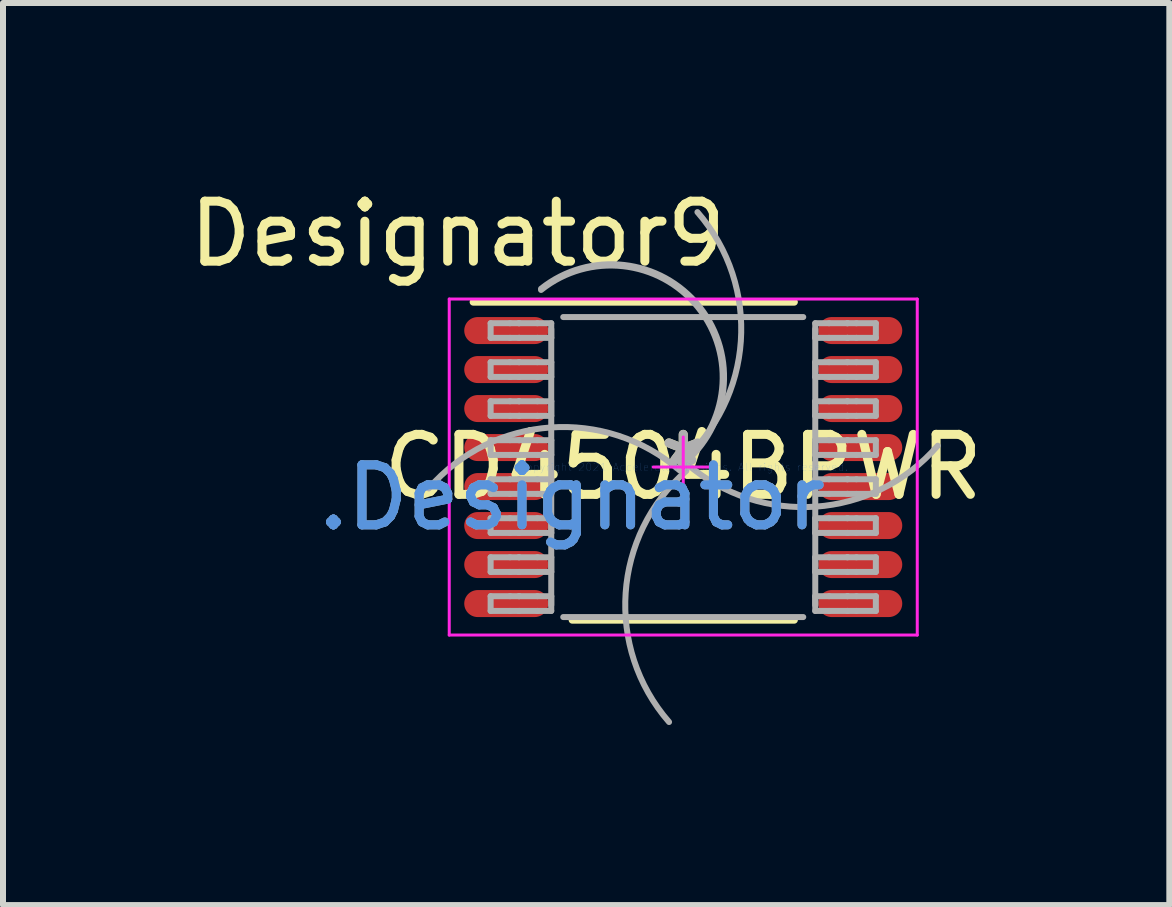
<source format=kicad_pcb>
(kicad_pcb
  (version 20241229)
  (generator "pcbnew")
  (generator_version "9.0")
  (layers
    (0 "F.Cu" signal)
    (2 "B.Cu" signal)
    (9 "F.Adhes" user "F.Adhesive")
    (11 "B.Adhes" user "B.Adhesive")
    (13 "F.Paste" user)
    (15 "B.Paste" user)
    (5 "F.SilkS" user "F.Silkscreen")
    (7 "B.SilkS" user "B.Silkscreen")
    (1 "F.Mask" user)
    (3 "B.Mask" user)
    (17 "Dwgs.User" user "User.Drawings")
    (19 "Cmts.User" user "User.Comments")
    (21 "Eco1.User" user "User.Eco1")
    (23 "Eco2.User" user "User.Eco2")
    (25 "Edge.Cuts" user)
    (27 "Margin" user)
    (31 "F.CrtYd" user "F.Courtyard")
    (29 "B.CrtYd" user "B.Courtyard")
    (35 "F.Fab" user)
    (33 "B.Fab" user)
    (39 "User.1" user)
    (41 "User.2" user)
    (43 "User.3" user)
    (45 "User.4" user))
  (footprint "CD4504BPWR"
    (layer "F.Cu")
    (at 8.337 4.734)
    (property "Reference" "CD4504BPWR" (at 0 0 0) (layer "F.SilkS") (effects (font (size 1 1) (thickness 0.15))))
    (attr through_hole)
    (fp_line (start -3.5 -2.75) (end 1.85 -2.75) (stroke (width 0.12) (type solid)) (layer "F.SilkS"))
    (fp_line (start -1.85 2.55) (end 1.85 2.55) (stroke (width 0.12) (type solid)) (layer "F.SilkS"))
    (fp_line (start -3.9 -2.8) (end 3.9 -2.8) (stroke (width 0.05) (type solid)) (layer "F.CrtYd"))
    (fp_line (start -3.9 2.8) (end -3.9 -2.8) (stroke (width 0.05) (type solid)) (layer "F.CrtYd"))
    (fp_line (start -3.9 2.8) (end 3.9 2.8) (stroke (width 0.05) (type solid)) (layer "F.CrtYd"))
    (fp_line (start -0.5 0) (end 0.5 0) (stroke (width 0.05) (type solid)) (layer "F.CrtYd"))
    (fp_line (start 0 0.5) (end 0 -0.5) (stroke (width 0.05) (type solid)) (layer "F.CrtYd"))
    (fp_line (start 3.9 2.8) (end 3.9 -2.8) (stroke (width 0.05) (type solid)) (layer "F.CrtYd"))
    (fp_line (start -3.21 -2.397) (end -2.887 -2.397) (stroke (width 0.1) (type solid)) (layer "F.Fab"))
    (fp_line (start -3.21 -2.153) (end -3.21 -2.397) (stroke (width 0.1) (type solid)) (layer "F.Fab"))
    (fp_line (start -3.21 -2.153) (end -2.887 -2.153) (stroke (width 0.1) (type solid)) (layer "F.Fab"))
    (fp_line (start -3.21 -1.748) (end -2.887 -1.748) (stroke (width 0.1) (type solid)) (layer "F.Fab"))
    (fp_line (start -3.21 -1.502) (end -3.21 -1.748) (stroke (width 0.1) (type solid)) (layer "F.Fab"))
    (fp_line (start -3.21 -1.502) (end -2.887 -1.502) (stroke (width 0.1) (type solid)) (layer "F.Fab"))
    (fp_line (start -3.21 -1.097) (end -2.887 -1.097) (stroke (width 0.1) (type solid)) (layer "F.Fab"))
    (fp_line (start -3.21 -0.853) (end -3.21 -1.097) (stroke (width 0.1) (type solid)) (layer "F.Fab"))
    (fp_line (start -3.21 -0.853) (end -2.887 -0.853) (stroke (width 0.1) (type solid)) (layer "F.Fab"))
    (fp_line (start -3.21 -0.448) (end -2.887 -0.448) (stroke (width 0.1) (type solid)) (layer "F.Fab"))
    (fp_line (start -3.21 -0.202) (end -3.21 -0.448) (stroke (width 0.1) (type solid)) (layer "F.Fab"))
    (fp_line (start -3.21 -0.202) (end -2.887 -0.202) (stroke (width 0.1) (type solid)) (layer "F.Fab"))
    (fp_line (start -3.21 0.203) (end -2.887 0.203) (stroke (width 0.1) (type solid)) (layer "F.Fab"))
    (fp_line (start -3.21 0.447) (end -3.21 0.203) (stroke (width 0.1) (type solid)) (layer "F.Fab"))
    (fp_line (start -3.21 0.447) (end -2.887 0.447) (stroke (width 0.1) (type solid)) (layer "F.Fab"))
    (fp_line (start -3.21 0.852) (end -2.887 0.852) (stroke (width 0.1) (type solid)) (layer "F.Fab"))
    (fp_line (start -3.21 1.098) (end -3.21 0.852) (stroke (width 0.1) (type solid)) (layer "F.Fab"))
    (fp_line (start -3.21 1.098) (end -2.887 1.098) (stroke (width 0.1) (type solid)) (layer "F.Fab"))
    (fp_line (start -3.21 1.503) (end -2.887 1.503) (stroke (width 0.1) (type solid)) (layer "F.Fab"))
    (fp_line (start -3.21 1.748) (end -3.21 1.503) (stroke (width 0.1) (type solid)) (layer "F.Fab"))
    (fp_line (start -3.21 1.748) (end -2.887 1.748) (stroke (width 0.1) (type solid)) (layer "F.Fab"))
    (fp_line (start -3.21 2.152) (end -2.887 2.152) (stroke (width 0.1) (type solid)) (layer "F.Fab"))
    (fp_line (start -3.21 2.398) (end -3.21 2.152) (stroke (width 0.1) (type solid)) (layer "F.Fab"))
    (fp_line (start -3.21 2.398) (end -2.887 2.398) (stroke (width 0.1) (type solid)) (layer "F.Fab"))
    (fp_line (start -2.887 -2.397) (end -2.739 -2.397) (stroke (width 0.1) (type solid)) (layer "F.Fab"))
    (fp_line (start -2.887 -2.153) (end -2.739 -2.153) (stroke (width 0.1) (type solid)) (layer "F.Fab"))
    (fp_line (start -2.887 -1.748) (end -2.739 -1.748) (stroke (width 0.1) (type solid)) (layer "F.Fab"))
    (fp_line (start -2.887 -1.502) (end -2.739 -1.502) (stroke (width 0.1) (type solid)) (layer "F.Fab"))
    (fp_line (start -2.887 -1.097) (end -2.739 -1.097) (stroke (width 0.1) (type solid)) (layer "F.Fab"))
    (fp_line (start -2.887 -0.853) (end -2.739 -0.853) (stroke (width 0.1) (type solid)) (layer "F.Fab"))
    (fp_line (start -2.887 -0.448) (end -2.739 -0.448) (stroke (width 0.1) (type solid)) (layer "F.Fab"))
    (fp_line (start -2.887 -0.202) (end -2.739 -0.202) (stroke (width 0.1) (type solid)) (layer "F.Fab"))
    (fp_line (start -2.887 0.203) (end -2.739 0.203) (stroke (width 0.1) (type solid)) (layer "F.Fab"))
    (fp_line (start -2.887 0.447) (end -2.739 0.447) (stroke (width 0.1) (type solid)) (layer "F.Fab"))
    (fp_line (start -2.887 0.852) (end -2.739 0.852) (stroke (width 0.1) (type solid)) (layer "F.Fab"))
    (fp_line (start -2.887 1.098) (end -2.739 1.098) (stroke (width 0.1) (type solid)) (layer "F.Fab"))
    (fp_line (start -2.887 1.503) (end -2.739 1.503) (stroke (width 0.1) (type solid)) (layer "F.Fab"))
    (fp_line (start -2.887 1.748) (end -2.739 1.748) (stroke (width 0.1) (type solid)) (layer "F.Fab"))
    (fp_line (start -2.887 2.152) (end -2.739 2.152) (stroke (width 0.1) (type solid)) (layer "F.Fab"))
    (fp_line (start -2.887 2.398) (end -2.739 2.398) (stroke (width 0.1) (type solid)) (layer "F.Fab"))
    (fp_line (start -2.739 -2.397) (end -2.733 -2.397) (stroke (width 0.1) (type solid)) (layer "F.Fab"))
    (fp_line (start -2.739 -2.153) (end -2.733 -2.153) (stroke (width 0.1) (type solid)) (layer "F.Fab"))
    (fp_line (start -2.739 -1.748) (end -2.733 -1.748) (stroke (width 0.1) (type solid)) (layer "F.Fab"))
    (fp_line (start -2.739 -1.502) (end -2.733 -1.502) (stroke (width 0.1) (type solid)) (layer "F.Fab"))
    (fp_line (start -2.739 -1.097) (end -2.733 -1.097) (stroke (width 0.1) (type solid)) (layer "F.Fab"))
    (fp_line (start -2.739 -0.853) (end -2.733 -0.853) (stroke (width 0.1) (type solid)) (layer "F.Fab"))
    (fp_line (start -2.739 -0.448) (end -2.733 -0.448) (stroke (width 0.1) (type solid)) (layer "F.Fab"))
    (fp_line (start -2.739 -0.202) (end -2.733 -0.202) (stroke (width 0.1) (type solid)) (layer "F.Fab"))
    (fp_line (start -2.739 0.203) (end -2.733 0.203) (stroke (width 0.1) (type solid)) (layer "F.Fab"))
    (fp_line (start -2.739 0.447) (end -2.733 0.447) (stroke (width 0.1) (type solid)) (layer "F.Fab"))
    (fp_line (start -2.739 0.852) (end -2.733 0.852) (stroke (width 0.1) (type solid)) (layer "F.Fab"))
    (fp_line (start -2.739 1.098) (end -2.733 1.098) (stroke (width 0.1) (type solid)) (layer "F.Fab"))
    (fp_line (start -2.739 1.503) (end -2.733 1.503) (stroke (width 0.1) (type solid)) (layer "F.Fab"))
    (fp_line (start -2.739 1.748) (end -2.733 1.748) (stroke (width 0.1) (type solid)) (layer "F.Fab"))
    (fp_line (start -2.739 2.152) (end -2.733 2.152) (stroke (width 0.1) (type solid)) (layer "F.Fab"))
    (fp_line (start -2.739 2.398) (end -2.733 2.398) (stroke (width 0.1) (type solid)) (layer "F.Fab"))
    (fp_line (start -2.733 -2.397) (end -2.431 -2.397) (stroke (width 0.1) (type solid)) (layer "F.Fab"))
    (fp_line (start -2.733 -2.153) (end -2.431 -2.153) (stroke (width 0.1) (type solid)) (layer "F.Fab"))
    (fp_line (start -2.733 -1.748) (end -2.431 -1.748) (stroke (width 0.1) (type solid)) (layer "F.Fab"))
    (fp_line (start -2.733 -1.502) (end -2.431 -1.502) (stroke (width 0.1) (type solid)) (layer "F.Fab"))
    (fp_line (start -2.733 -1.097) (end -2.431 -1.097) (stroke (width 0.1) (type solid)) (layer "F.Fab"))
    (fp_line (start -2.733 -0.853) (end -2.431 -0.853) (stroke (width 0.1) (type solid)) (layer "F.Fab"))
    (fp_line (start -2.733 -0.448) (end -2.431 -0.448) (stroke (width 0.1) (type solid)) (layer "F.Fab"))
    (fp_line (start -2.733 -0.202) (end -2.431 -0.202) (stroke (width 0.1) (type solid)) (layer "F.Fab"))
    (fp_line (start -2.733 0.203) (end -2.431 0.203) (stroke (width 0.1) (type solid)) (layer "F.Fab"))
    (fp_line (start -2.733 0.447) (end -2.431 0.447) (stroke (width 0.1) (type solid)) (layer "F.Fab"))
    (fp_line (start -2.733 0.852) (end -2.431 0.852) (stroke (width 0.1) (type solid)) (layer "F.Fab"))
    (fp_line (start -2.733 1.098) (end -2.431 1.098) (stroke (width 0.1) (type solid)) (layer "F.Fab"))
    (fp_line (start -2.733 1.503) (end -2.431 1.503) (stroke (width 0.1) (type solid)) (layer "F.Fab"))
    (fp_line (start -2.733 1.748) (end -2.431 1.748) (stroke (width 0.1) (type solid)) (layer "F.Fab"))
    (fp_line (start -2.733 2.152) (end -2.431 2.152) (stroke (width 0.1) (type solid)) (layer "F.Fab"))
    (fp_line (start -2.733 2.398) (end -2.431 2.398) (stroke (width 0.1) (type solid)) (layer "F.Fab"))
    (fp_line (start -2.431 -2.397) (end -2.2 -2.397) (stroke (width 0.1) (type solid)) (layer "F.Fab"))
    (fp_line (start -2.431 -2.153) (end -2.2 -2.153) (stroke (width 0.1) (type solid)) (layer "F.Fab"))
    (fp_line (start -2.431 -1.748) (end -2.2 -1.748) (stroke (width 0.1) (type solid)) (layer "F.Fab"))
    (fp_line (start -2.431 -1.502) (end -2.2 -1.502) (stroke (width 0.1) (type solid)) (layer "F.Fab"))
    (fp_line (start -2.431 -1.097) (end -2.2 -1.097) (stroke (width 0.1) (type solid)) (layer "F.Fab"))
    (fp_line (start -2.431 -0.853) (end -2.2 -0.853) (stroke (width 0.1) (type solid)) (layer "F.Fab"))
    (fp_line (start -2.431 -0.448) (end -2.2 -0.448) (stroke (width 0.1) (type solid)) (layer "F.Fab"))
    (fp_line (start -2.431 -0.202) (end -2.2 -0.202) (stroke (width 0.1) (type solid)) (layer "F.Fab"))
    (fp_line (start -2.431 0.203) (end -2.2 0.203) (stroke (width 0.1) (type solid)) (layer "F.Fab"))
    (fp_line (start -2.431 0.447) (end -2.2 0.447) (stroke (width 0.1) (type solid)) (layer "F.Fab"))
    (fp_line (start -2.431 0.852) (end -2.2 0.852) (stroke (width 0.1) (type solid)) (layer "F.Fab"))
    (fp_line (start -2.431 1.098) (end -2.2 1.098) (stroke (width 0.1) (type solid)) (layer "F.Fab"))
    (fp_line (start -2.431 1.503) (end -2.2 1.503) (stroke (width 0.1) (type solid)) (layer "F.Fab"))
    (fp_line (start -2.431 1.748) (end -2.2 1.748) (stroke (width 0.1) (type solid)) (layer "F.Fab"))
    (fp_line (start -2.431 2.152) (end -2.2 2.152) (stroke (width 0.1) (type solid)) (layer "F.Fab"))
    (fp_line (start -2.431 2.398) (end -2.2 2.398) (stroke (width 0.1) (type solid)) (layer "F.Fab"))
    (fp_line (start -2.2 -2.153) (end -2.2 -2.397) (stroke (width 0.1) (type solid)) (layer "F.Fab"))
    (fp_line (start -2.2 -1.502) (end -2.2 -1.748) (stroke (width 0.1) (type solid)) (layer "F.Fab"))
    (fp_line (start -2.2 -0.853) (end -2.2 -1.097) (stroke (width 0.1) (type solid)) (layer "F.Fab"))
    (fp_line (start -2.2 -0.202) (end -2.2 -0.448) (stroke (width 0.1) (type solid)) (layer "F.Fab"))
    (fp_line (start -2.2 0.447) (end -2.2 0.203) (stroke (width 0.1) (type solid)) (layer "F.Fab"))
    (fp_line (start -2.2 1.098) (end -2.2 0.852) (stroke (width 0.1) (type solid)) (layer "F.Fab"))
    (fp_line (start -2.2 1.748) (end -2.2 1.503) (stroke (width 0.1) (type solid)) (layer "F.Fab"))
    (fp_line (start -2.2 2.3) (end -2.2 -2.3) (stroke (width 0.1) (type solid)) (layer "F.Fab"))
    (fp_line (start -2.2 2.398) (end -2.2 2.152) (stroke (width 0.1) (type solid)) (layer "F.Fab"))
    (fp_line (start -2 -2.5) (end 2 -2.5) (stroke (width 0.1) (type solid)) (layer "F.Fab"))
    (fp_line (start -2 2.5) (end 2 2.5) (stroke (width 0.1) (type solid)) (layer "F.Fab"))
    (fp_line (start 2.2 -2.397) (end 2.43 -2.397) (stroke (width 0.1) (type solid)) (layer "F.Fab"))
    (fp_line (start 2.2 -2.153) (end 2.2 -2.397) (stroke (width 0.1) (type solid)) (layer "F.Fab"))
    (fp_line (start 2.2 -2.153) (end 2.43 -2.153) (stroke (width 0.1) (type solid)) (layer "F.Fab"))
    (fp_line (start 2.2 -1.748) (end 2.43 -1.748) (stroke (width 0.1) (type solid)) (layer "F.Fab"))
    (fp_line (start 2.2 -1.502) (end 2.2 -1.748) (stroke (width 0.1) (type solid)) (layer "F.Fab"))
    (fp_line (start 2.2 -1.502) (end 2.43 -1.502) (stroke (width 0.1) (type solid)) (layer "F.Fab"))
    (fp_line (start 2.2 -1.097) (end 2.43 -1.097) (stroke (width 0.1) (type solid)) (layer "F.Fab"))
    (fp_line (start 2.2 -0.853) (end 2.2 -1.097) (stroke (width 0.1) (type solid)) (layer "F.Fab"))
    (fp_line (start 2.2 -0.853) (end 2.43 -0.853) (stroke (width 0.1) (type solid)) (layer "F.Fab"))
    (fp_line (start 2.2 -0.448) (end 2.43 -0.448) (stroke (width 0.1) (type solid)) (layer "F.Fab"))
    (fp_line (start 2.2 -0.202) (end 2.2 -0.448) (stroke (width 0.1) (type solid)) (layer "F.Fab"))
    (fp_line (start 2.2 -0.202) (end 2.43 -0.202) (stroke (width 0.1) (type solid)) (layer "F.Fab"))
    (fp_line (start 2.2 0.203) (end 2.43 0.203) (stroke (width 0.1) (type solid)) (layer "F.Fab"))
    (fp_line (start 2.2 0.447) (end 2.2 0.203) (stroke (width 0.1) (type solid)) (layer "F.Fab"))
    (fp_line (start 2.2 0.447) (end 2.43 0.447) (stroke (width 0.1) (type solid)) (layer "F.Fab"))
    (fp_line (start 2.2 0.852) (end 2.43 0.852) (stroke (width 0.1) (type solid)) (layer "F.Fab"))
    (fp_line (start 2.2 1.098) (end 2.2 0.852) (stroke (width 0.1) (type solid)) (layer "F.Fab"))
    (fp_line (start 2.2 1.098) (end 2.43 1.098) (stroke (width 0.1) (type solid)) (layer "F.Fab"))
    (fp_line (start 2.2 1.503) (end 2.43 1.503) (stroke (width 0.1) (type solid)) (layer "F.Fab"))
    (fp_line (start 2.2 1.748) (end 2.2 1.503) (stroke (width 0.1) (type solid)) (layer "F.Fab"))
    (fp_line (start 2.2 1.748) (end 2.43 1.748) (stroke (width 0.1) (type solid)) (layer "F.Fab"))
    (fp_line (start 2.2 2.152) (end 2.43 2.152) (stroke (width 0.1) (type solid)) (layer "F.Fab"))
    (fp_line (start 2.2 2.3) (end 2.2 -2.3) (stroke (width 0.1) (type solid)) (layer "F.Fab"))
    (fp_line (start 2.2 2.398) (end 2.2 2.152) (stroke (width 0.1) (type solid)) (layer "F.Fab"))
    (fp_line (start 2.2 2.398) (end 2.43 2.398) (stroke (width 0.1) (type solid)) (layer "F.Fab"))
    (fp_line (start 2.43 -2.397) (end 2.733 -2.397) (stroke (width 0.1) (type solid)) (layer "F.Fab"))
    (fp_line (start 2.43 -2.153) (end 2.733 -2.153) (stroke (width 0.1) (type solid)) (layer "F.Fab"))
    (fp_line (start 2.43 -1.748) (end 2.733 -1.748) (stroke (width 0.1) (type solid)) (layer "F.Fab"))
    (fp_line (start 2.43 -1.502) (end 2.733 -1.502) (stroke (width 0.1) (type solid)) (layer "F.Fab"))
    (fp_line (start 2.43 -1.097) (end 2.733 -1.097) (stroke (width 0.1) (type solid)) (layer "F.Fab"))
    (fp_line (start 2.43 -0.853) (end 2.733 -0.853) (stroke (width 0.1) (type solid)) (layer "F.Fab"))
    (fp_line (start 2.43 -0.448) (end 2.733 -0.448) (stroke (width 0.1) (type solid)) (layer "F.Fab"))
    (fp_line (start 2.43 -0.202) (end 2.733 -0.202) (stroke (width 0.1) (type solid)) (layer "F.Fab"))
    (fp_line (start 2.43 0.203) (end 2.733 0.203) (stroke (width 0.1) (type solid)) (layer "F.Fab"))
    (fp_line (start 2.43 0.447) (end 2.733 0.447) (stroke (width 0.1) (type solid)) (layer "F.Fab"))
    (fp_line (start 2.43 0.852) (end 2.733 0.852) (stroke (width 0.1) (type solid)) (layer "F.Fab"))
    (fp_line (start 2.43 1.098) (end 2.733 1.098) (stroke (width 0.1) (type solid)) (layer "F.Fab"))
    (fp_line (start 2.43 1.503) (end 2.733 1.503) (stroke (width 0.1) (type solid)) (layer "F.Fab"))
    (fp_line (start 2.43 1.748) (end 2.733 1.748) (stroke (width 0.1) (type solid)) (layer "F.Fab"))
    (fp_line (start 2.43 2.152) (end 2.733 2.152) (stroke (width 0.1) (type solid)) (layer "F.Fab"))
    (fp_line (start 2.43 2.398) (end 2.733 2.398) (stroke (width 0.1) (type solid)) (layer "F.Fab"))
    (fp_line (start 2.733 -2.397) (end 2.739 -2.397) (stroke (width 0.1) (type solid)) (layer "F.Fab"))
    (fp_line (start 2.733 -2.153) (end 2.739 -2.153) (stroke (width 0.1) (type solid)) (layer "F.Fab"))
    (fp_line (start 2.733 -1.748) (end 2.739 -1.748) (stroke (width 0.1) (type solid)) (layer "F.Fab"))
    (fp_line (start 2.733 -1.502) (end 2.739 -1.502) (stroke (width 0.1) (type solid)) (layer "F.Fab"))
    (fp_line (start 2.733 -1.097) (end 2.739 -1.097) (stroke (width 0.1) (type solid)) (layer "F.Fab"))
    (fp_line (start 2.733 -0.853) (end 2.739 -0.853) (stroke (width 0.1) (type solid)) (layer "F.Fab"))
    (fp_line (start 2.733 -0.448) (end 2.739 -0.448) (stroke (width 0.1) (type solid)) (layer "F.Fab"))
    (fp_line (start 2.733 -0.202) (end 2.739 -0.202) (stroke (width 0.1) (type solid)) (layer "F.Fab"))
    (fp_line (start 2.733 0.203) (end 2.739 0.203) (stroke (width 0.1) (type solid)) (layer "F.Fab"))
    (fp_line (start 2.733 0.447) (end 2.739 0.447) (stroke (width 0.1) (type solid)) (layer "F.Fab"))
    (fp_line (start 2.733 0.852) (end 2.739 0.852) (stroke (width 0.1) (type solid)) (layer "F.Fab"))
    (fp_line (start 2.733 1.098) (end 2.739 1.098) (stroke (width 0.1) (type solid)) (layer "F.Fab"))
    (fp_line (start 2.733 1.503) (end 2.739 1.503) (stroke (width 0.1) (type solid)) (layer "F.Fab"))
    (fp_line (start 2.733 1.748) (end 2.739 1.748) (stroke (width 0.1) (type solid)) (layer "F.Fab"))
    (fp_line (start 2.733 2.152) (end 2.739 2.152) (stroke (width 0.1) (type solid)) (layer "F.Fab"))
    (fp_line (start 2.733 2.398) (end 2.739 2.398) (stroke (width 0.1) (type solid)) (layer "F.Fab"))
    (fp_line (start 2.739 -2.397) (end 2.887 -2.397) (stroke (width 0.1) (type solid)) (layer "F.Fab"))
    (fp_line (start 2.739 -2.153) (end 2.887 -2.153) (stroke (width 0.1) (type solid)) (layer "F.Fab"))
    (fp_line (start 2.739 -1.748) (end 2.887 -1.748) (stroke (width 0.1) (type solid)) (layer "F.Fab"))
    (fp_line (start 2.739 -1.502) (end 2.887 -1.502) (stroke (width 0.1) (type solid)) (layer "F.Fab"))
    (fp_line (start 2.739 -1.097) (end 2.887 -1.097) (stroke (width 0.1) (type solid)) (layer "F.Fab"))
    (fp_line (start 2.739 -0.853) (end 2.887 -0.853) (stroke (width 0.1) (type solid)) (layer "F.Fab"))
    (fp_line (start 2.739 -0.448) (end 2.887 -0.448) (stroke (width 0.1) (type solid)) (layer "F.Fab"))
    (fp_line (start 2.739 -0.202) (end 2.887 -0.202) (stroke (width 0.1) (type solid)) (layer "F.Fab"))
    (fp_line (start 2.739 0.203) (end 2.887 0.203) (stroke (width 0.1) (type solid)) (layer "F.Fab"))
    (fp_line (start 2.739 0.447) (end 2.887 0.447) (stroke (width 0.1) (type solid)) (layer "F.Fab"))
    (fp_line (start 2.739 0.852) (end 2.887 0.852) (stroke (width 0.1) (type solid)) (layer "F.Fab"))
    (fp_line (start 2.739 1.098) (end 2.887 1.098) (stroke (width 0.1) (type solid)) (layer "F.Fab"))
    (fp_line (start 2.739 1.503) (end 2.887 1.503) (stroke (width 0.1) (type solid)) (layer "F.Fab"))
    (fp_line (start 2.739 1.748) (end 2.887 1.748) (stroke (width 0.1) (type solid)) (layer "F.Fab"))
    (fp_line (start 2.739 2.152) (end 2.887 2.152) (stroke (width 0.1) (type solid)) (layer "F.Fab"))
    (fp_line (start 2.739 2.398) (end 2.887 2.398) (stroke (width 0.1) (type solid)) (layer "F.Fab"))
    (fp_line (start 2.887 -2.397) (end 3.21 -2.397) (stroke (width 0.1) (type solid)) (layer "F.Fab"))
    (fp_line (start 2.887 -2.153) (end 3.21 -2.153) (stroke (width 0.1) (type solid)) (layer "F.Fab"))
    (fp_line (start 2.887 -1.748) (end 3.21 -1.748) (stroke (width 0.1) (type solid)) (layer "F.Fab"))
    (fp_line (start 2.887 -1.502) (end 3.21 -1.502) (stroke (width 0.1) (type solid)) (layer "F.Fab"))
    (fp_line (start 2.887 -1.097) (end 3.21 -1.097) (stroke (width 0.1) (type solid)) (layer "F.Fab"))
    (fp_line (start 2.887 -0.853) (end 3.21 -0.853) (stroke (width 0.1) (type solid)) (layer "F.Fab"))
    (fp_line (start 2.887 -0.448) (end 3.21 -0.448) (stroke (width 0.1) (type solid)) (layer "F.Fab"))
    (fp_line (start 2.887 -0.202) (end 3.21 -0.202) (stroke (width 0.1) (type solid)) (layer "F.Fab"))
    (fp_line (start 2.887 0.203) (end 3.21 0.203) (stroke (width 0.1) (type solid)) (layer "F.Fab"))
    (fp_line (start 2.887 0.447) (end 3.21 0.447) (stroke (width 0.1) (type solid)) (layer "F.Fab"))
    (fp_line (start 2.887 0.852) (end 3.21 0.852) (stroke (width 0.1) (type solid)) (layer "F.Fab"))
    (fp_line (start 2.887 1.098) (end 3.21 1.098) (stroke (width 0.1) (type solid)) (layer "F.Fab"))
    (fp_line (start 2.887 1.503) (end 3.21 1.503) (stroke (width 0.1) (type solid)) (layer "F.Fab"))
    (fp_line (start 2.887 1.748) (end 3.21 1.748) (stroke (width 0.1) (type solid)) (layer "F.Fab"))
    (fp_line (start 2.887 2.152) (end 3.21 2.152) (stroke (width 0.1) (type solid)) (layer "F.Fab"))
    (fp_line (start 2.887 2.398) (end 3.21 2.398) (stroke (width 0.1) (type solid)) (layer "F.Fab"))
    (fp_line (start 3.21 -2.153) (end 3.21 -2.397) (stroke (width 0.1) (type solid)) (layer "F.Fab"))
    (fp_line (start 3.21 -1.502) (end 3.21 -1.748) (stroke (width 0.1) (type solid)) (layer "F.Fab"))
    (fp_line (start 3.21 -0.853) (end 3.21 -1.097) (stroke (width 0.1) (type solid)) (layer "F.Fab"))
    (fp_line (start 3.21 -0.202) (end 3.21 -0.448) (stroke (width 0.1) (type solid)) (layer "F.Fab"))
    (fp_line (start 3.21 0.447) (end 3.21 0.203) (stroke (width 0.1) (type solid)) (layer "F.Fab"))
    (fp_line (start 3.21 1.098) (end 3.21 0.852) (stroke (width 0.1) (type solid)) (layer "F.Fab"))
    (fp_line (start 3.21 1.748) (end 3.21 1.503) (stroke (width 0.1) (type solid)) (layer "F.Fab"))
    (fp_line (start 3.21 2.398) (end 3.21 2.152) (stroke (width 0.1) (type solid)) (layer "F.Fab"))
    (fp_arc (start -4.2416 0.355899) (mid -2.21035 -0.659732) (end -0.05588 0.05842) (stroke (width 0.1) (type solid)) (layer "F.Fab"))
    (fp_arc (start -2.369526 -2.972064) (mid 0.272059 -2.669525) (end -0.03048 -0.02794) (stroke (width 0.1) (type solid)) (layer "F.Fab"))
    (fp_arc (start -2.369526 -2.951744) (mid 0.251739 -2.669525) (end -0.03048 -0.04826) (stroke (width 0.1) (type solid)) (layer "F.Fab"))
    (fp_arc (start -0.236525 4.249207) (mid -0.959751 2.096847) (end 0.0508 0.0635) (stroke (width 0.1) (type solid)) (layer "F.Fab"))
    (fp_arc (start 0.236496 -4.249205) (mid 0.959737 -2.096851) (end -0.0508 -0.0635) (stroke (width 0.1) (type solid)) (layer "F.Fab"))
    (fp_arc (start 4.241571 -0.355889) (mid 2.210333 0.65973) (end 0.05588 -0.05842) (stroke (width 0.1) (type solid)) (layer "F.Fab"))
    (fp_text user "Designator9" (at -3.759 -3.886 0) (layer "F.SilkS") (effects (font (size 1 1) (thickness 0.15))))
    (fp_text user "*" (at 0 0 0) (layer "F.SilkS") (effects (font (size 1 1) (thickness 0.15))))
    (fp_text user ".Designator" (at -1.854 0.508 0) (layer "Cmts.User") (effects (font (size 1 1) (thickness 0.15))))
    (fp_text user "Copyright 2021 Accelerated Designs. All rights reserved." (at 0 0 0) (layer "Cmts.User") (effects (font (size 0.127 0.127) (thickness 0.002))))
    (fp_text user "*" (at 0 0 0) (layer "F.Fab") (effects (font (size 1 1) (thickness 0.15))))
    (fp_text user ".Designator" (at -1.854 0.508 0) (layer "F.Fab") (effects (font (size 1 1) (thickness 0.15))))
    (pad "1" smd oval (at -2.95 -2.275 90) (size 0.45 1.4) (layers "F.Cu" "F.Mask" "F.Paste"))
    (pad "2" smd oval (at -2.95 -1.625 90) (size 0.45 1.4) (layers "F.Cu" "F.Mask" "F.Paste"))
    (pad "3" smd oval (at -2.95 -0.975 90) (size 0.45 1.4) (layers "F.Cu" "F.Mask" "F.Paste"))
    (pad "4" smd oval (at -2.95 -0.325 90) (size 0.45 1.4) (layers "F.Cu" "F.Mask" "F.Paste"))
    (pad "5" smd oval (at -2.95 0.325 90) (size 0.45 1.4) (layers "F.Cu" "F.Mask" "F.Paste"))
    (pad "6" smd oval (at -2.95 0.975 90) (size 0.45 1.4) (layers "F.Cu" "F.Mask" "F.Paste"))
    (pad "7" smd oval (at -2.95 1.625 90) (size 0.45 1.4) (layers "F.Cu" "F.Mask" "F.Paste"))
    (pad "8" smd oval (at -2.95 2.275 90) (size 0.45 1.4) (layers "F.Cu" "F.Mask" "F.Paste"))
    (pad "9" smd oval (at 2.95 2.275 90) (size 0.45 1.4) (layers "F.Cu" "F.Mask" "F.Paste"))
    (pad "10" smd oval (at 2.95 1.625 90) (size 0.45 1.4) (layers "F.Cu" "F.Mask" "F.Paste"))
    (pad "11" smd oval (at 2.95 0.975 90) (size 0.45 1.4) (layers "F.Cu" "F.Mask" "F.Paste"))
    (pad "12" smd oval (at 2.95 0.325 90) (size 0.45 1.4) (layers "F.Cu" "F.Mask" "F.Paste"))
    (pad "13" smd oval (at 2.95 -0.325 90) (size 0.45 1.4) (layers "F.Cu" "F.Mask" "F.Paste"))
    (pad "14" smd oval (at 2.95 -0.975 90) (size 0.45 1.4) (layers "F.Cu" "F.Mask" "F.Paste"))
    (pad "15" smd oval (at 2.95 -1.625 90) (size 0.45 1.4) (layers "F.Cu" "F.Mask" "F.Paste"))
    (pad "16" smd oval (at 2.95 -2.275 90) (size 0.45 1.4) (layers "F.Cu" "F.Mask" "F.Paste")))
  (gr_rect
    (start -3 -3)
    (end 16.438 12.034)
    (stroke (width 0.1) (type default))
    (fill no)
    (layer "Edge.Cuts")))
</source>
